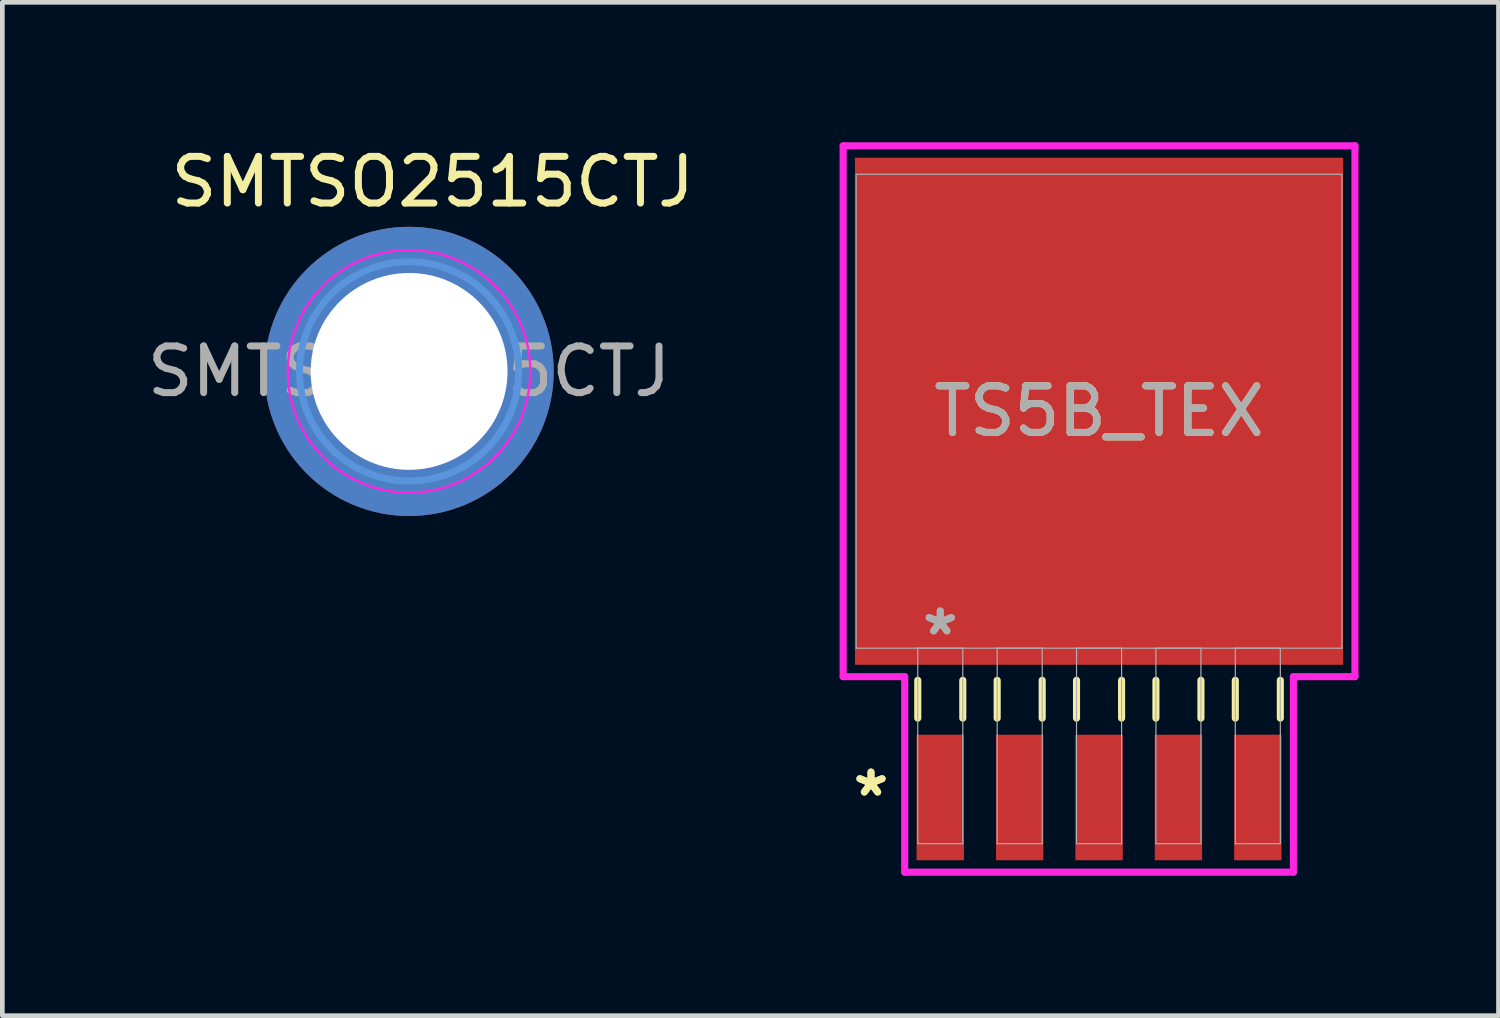
<source format=kicad_pcb>
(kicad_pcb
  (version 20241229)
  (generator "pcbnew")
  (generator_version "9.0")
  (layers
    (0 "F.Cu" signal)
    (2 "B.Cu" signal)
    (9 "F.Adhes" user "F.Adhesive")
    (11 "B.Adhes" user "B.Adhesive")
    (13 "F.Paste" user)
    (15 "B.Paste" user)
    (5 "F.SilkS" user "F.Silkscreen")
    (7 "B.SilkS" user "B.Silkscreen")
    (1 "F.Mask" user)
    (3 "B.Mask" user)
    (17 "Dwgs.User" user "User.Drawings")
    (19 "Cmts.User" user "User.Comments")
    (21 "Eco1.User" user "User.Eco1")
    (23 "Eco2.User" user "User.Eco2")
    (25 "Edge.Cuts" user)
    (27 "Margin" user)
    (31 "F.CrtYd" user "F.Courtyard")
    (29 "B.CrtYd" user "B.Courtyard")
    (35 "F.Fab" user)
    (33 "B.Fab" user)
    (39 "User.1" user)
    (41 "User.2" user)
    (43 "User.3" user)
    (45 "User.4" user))
  (footprint "TS5B_TEX"
    (layer "F.Cu")
    (at 20.511 5.766)
    (property "Reference" "TS5B_TEX" (at 0 0 0) (unlocked yes) (layer "F.SilkS") (effects (font (size 1 1) (thickness 0.15))))
    (attr smd)
    (fp_line (start -3.886 5.768) (end -3.886 6.579) (stroke (width 0.152) (type solid)) (layer "F.SilkS"))
    (fp_line (start -2.921 5.768) (end -2.921 6.579) (stroke (width 0.152) (type solid)) (layer "F.SilkS"))
    (fp_line (start -2.184 5.768) (end -2.184 6.579) (stroke (width 0.152) (type solid)) (layer "F.SilkS"))
    (fp_line (start -1.219 5.768) (end -1.219 6.579) (stroke (width 0.152) (type solid)) (layer "F.SilkS"))
    (fp_line (start -0.483 5.768) (end -0.483 6.579) (stroke (width 0.152) (type solid)) (layer "F.SilkS"))
    (fp_line (start 0.483 5.768) (end 0.483 6.579) (stroke (width 0.152) (type solid)) (layer "F.SilkS"))
    (fp_line (start 1.219 5.768) (end 1.219 6.579) (stroke (width 0.152) (type solid)) (layer "F.SilkS"))
    (fp_line (start 2.184 5.768) (end 2.184 6.579) (stroke (width 0.152) (type solid)) (layer "F.SilkS"))
    (fp_line (start 2.921 5.768) (end 2.921 6.579) (stroke (width 0.152) (type solid)) (layer "F.SilkS"))
    (fp_line (start 3.886 5.768) (end 3.886 6.579) (stroke (width 0.152) (type solid)) (layer "F.SilkS"))
    (fp_line (start -5.486 -5.69) (end 5.486 -5.69) (stroke (width 0.152) (type solid)) (layer "F.CrtYd"))
    (fp_line (start -5.486 5.69) (end -5.486 -5.69) (stroke (width 0.152) (type solid)) (layer "F.CrtYd"))
    (fp_line (start -4.166 5.69) (end -5.486 5.69) (stroke (width 0.152) (type solid)) (layer "F.CrtYd"))
    (fp_line (start -4.166 9.881) (end -4.166 5.69) (stroke (width 0.152) (type solid)) (layer "F.CrtYd"))
    (fp_line (start 4.166 5.69) (end 4.166 9.881) (stroke (width 0.152) (type solid)) (layer "F.CrtYd"))
    (fp_line (start 4.166 9.881) (end -4.166 9.881) (stroke (width 0.152) (type solid)) (layer "F.CrtYd"))
    (fp_line (start 5.486 -5.69) (end 5.486 5.69) (stroke (width 0.152) (type solid)) (layer "F.CrtYd"))
    (fp_line (start 5.486 5.69) (end 4.166 5.69) (stroke (width 0.152) (type solid)) (layer "F.CrtYd"))
    (fp_line (start -5.207 -5.08) (end -5.207 5.08) (stroke (width 0.025) (type solid)) (layer "F.Fab"))
    (fp_line (start -5.207 5.08) (end 5.207 5.08) (stroke (width 0.025) (type solid)) (layer "F.Fab"))
    (fp_line (start -3.886 5.08) (end -3.886 9.271) (stroke (width 0.025) (type solid)) (layer "F.Fab"))
    (fp_line (start -3.886 9.271) (end -2.921 9.271) (stroke (width 0.025) (type solid)) (layer "F.Fab"))
    (fp_line (start -2.921 5.08) (end -3.886 5.08) (stroke (width 0.025) (type solid)) (layer "F.Fab"))
    (fp_line (start -2.921 9.271) (end -2.921 5.08) (stroke (width 0.025) (type solid)) (layer "F.Fab"))
    (fp_line (start -2.184 5.08) (end -2.184 9.271) (stroke (width 0.025) (type solid)) (layer "F.Fab"))
    (fp_line (start -2.184 9.271) (end -1.219 9.271) (stroke (width 0.025) (type solid)) (layer "F.Fab"))
    (fp_line (start -1.219 5.08) (end -2.184 5.08) (stroke (width 0.025) (type solid)) (layer "F.Fab"))
    (fp_line (start -1.219 9.271) (end -1.219 5.08) (stroke (width 0.025) (type solid)) (layer "F.Fab"))
    (fp_line (start -0.483 5.08) (end -0.483 9.271) (stroke (width 0.025) (type solid)) (layer "F.Fab"))
    (fp_line (start -0.483 9.271) (end 0.483 9.271) (stroke (width 0.025) (type solid)) (layer "F.Fab"))
    (fp_line (start 0.483 5.08) (end -0.483 5.08) (stroke (width 0.025) (type solid)) (layer "F.Fab"))
    (fp_line (start 0.483 9.271) (end 0.483 5.08) (stroke (width 0.025) (type solid)) (layer "F.Fab"))
    (fp_line (start 1.219 5.08) (end 1.219 9.271) (stroke (width 0.025) (type solid)) (layer "F.Fab"))
    (fp_line (start 1.219 9.271) (end 2.184 9.271) (stroke (width 0.025) (type solid)) (layer "F.Fab"))
    (fp_line (start 2.184 5.08) (end 1.219 5.08) (stroke (width 0.025) (type solid)) (layer "F.Fab"))
    (fp_line (start 2.184 9.271) (end 2.184 5.08) (stroke (width 0.025) (type solid)) (layer "F.Fab"))
    (fp_line (start 2.921 5.08) (end 2.921 9.271) (stroke (width 0.025) (type solid)) (layer "F.Fab"))
    (fp_line (start 2.921 9.271) (end 3.886 9.271) (stroke (width 0.025) (type solid)) (layer "F.Fab"))
    (fp_line (start 3.886 5.08) (end 2.921 5.08) (stroke (width 0.025) (type solid)) (layer "F.Fab"))
    (fp_line (start 3.886 9.271) (end 3.886 5.08) (stroke (width 0.025) (type solid)) (layer "F.Fab"))
    (fp_line (start 5.207 -5.08) (end -5.207 -5.08) (stroke (width 0.025) (type solid)) (layer "F.Fab"))
    (fp_line (start 5.207 5.08) (end 5.207 -5.08) (stroke (width 0.025) (type solid)) (layer "F.Fab"))
    (fp_text user "*" (at -4.889 8.28 0) (unlocked yes) (layer "F.SilkS") (effects (font (size 1 1) (thickness 0.15))))
    (fp_text user "*" (at -4.889 8.28 0) (layer "F.SilkS") (effects (font (size 1 1) (thickness 0.15))))
    (fp_text user "*" (at -3.404 4.826 0) (unlocked yes) (layer "F.Fab") (effects (font (size 1 1) (thickness 0.15))))
    (fp_text user "${REFERENCE}" (at 0 0 0) (unlocked yes) (layer "F.Fab") (effects (font (size 1 1) (thickness 0.15))))
    (fp_text user "*" (at -3.404 4.826 0) (layer "F.Fab") (effects (font (size 1 1) (thickness 0.15))))
    (pad "1" smd rect (at -3.404 8.28) (size 1.016 2.692) (layers "F.Cu" "F.Mask" "F.Paste"))
    (pad "2" smd rect (at -1.702 8.28) (size 1.016 2.692) (layers "F.Cu" "F.Mask" "F.Paste"))
    (pad "3" smd rect (at 0 8.28) (size 1.016 2.692) (layers "F.Cu" "F.Mask" "F.Paste"))
    (pad "4" smd rect (at 1.702 8.28) (size 1.016 2.692) (layers "F.Cu" "F.Mask" "F.Paste"))
    (pad "5" smd rect (at 3.404 8.28) (size 1.016 2.692) (layers "F.Cu" "F.Mask" "F.Paste"))
    (pad "6" smd rect (at 0 0) (size 10.465 10.871) (layers "F.Cu" "F.Mask" "F.Paste")))
  (footprint "SMTSO2515CTJ"
    (layer "F.Cu")
    (at 5.72 4.912)
    (property "Reference" "SMTSO2515CTJ" (at 0.508 -4.064 0) (layer "F.SilkS") (effects (font (size 1 1) (thickness 0.15))))
    (fp_circle (center 0 0) (end 2.09 0) (stroke (width 0.01) (type solid)) (fill yes) (layer "B.Mask"))
    (fp_line (start -2.99 -0.254) (end -2.2 -0.254) (stroke (width 0.2) (type default)) (layer "F.Paste"))
    (fp_line (start -2.99 0.254) (end -2.2 0.254) (stroke (width 0.2) (type default)) (layer "F.Paste"))
    (fp_line (start -0.254 -2.2) (end -0.254 -2.99) (stroke (width 0.2) (type default)) (layer "F.Paste"))
    (fp_line (start -0.254 2.2) (end -0.254 2.99) (stroke (width 0.2) (type default)) (layer "F.Paste"))
    (fp_line (start 0.254 -2.2) (end 0.254 -2.99) (stroke (width 0.2) (type default)) (layer "F.Paste"))
    (fp_line (start 0.254 2.2) (end 0.254 2.99) (stroke (width 0.2) (type default)) (layer "F.Paste"))
    (fp_line (start 2.99 -0.254) (end 2.2 -0.254) (stroke (width 0.2) (type default)) (layer "F.Paste"))
    (fp_line (start 2.99 0.254) (end 2.2 0.254) (stroke (width 0.2) (type default)) (layer "F.Paste"))
    (fp_arc (start -2.99 -0.254) (mid -2.126682 -2.126682) (end -0.254 -2.99) (stroke (width 0.2) (type default)) (layer "F.Paste"))
    (fp_arc (start -2.55 -0.55) (mid -1.8653 -1.8653) (end -0.55 -2.55) (stroke (width 0.77) (type default)) (layer "F.Paste"))
    (fp_arc (start -2.2 -0.254) (mid -1.557289 -1.557288) (end -0.254 -2.2) (stroke (width 0.2) (type default)) (layer "F.Paste"))
    (fp_arc (start -0.55 2.55) (mid -1.865301 1.865301) (end -2.55 0.55) (stroke (width 0.77) (type default)) (layer "F.Paste"))
    (fp_arc (start -0.254 2.2) (mid -1.55729 1.557289) (end -2.2 0.254) (stroke (width 0.2) (type default)) (layer "F.Paste"))
    (fp_arc (start -0.254 2.99) (mid -2.126684 2.126683) (end -2.99 0.254) (stroke (width 0.2) (type default)) (layer "F.Paste"))
    (fp_arc (start 0.254 -2.99) (mid 2.126682 -2.126682) (end 2.99 -0.254) (stroke (width 0.2) (type default)) (layer "F.Paste"))
    (fp_arc (start 0.254 -2.2) (mid 1.557289 -1.557289) (end 2.2 -0.254) (stroke (width 0.2) (type default)) (layer "F.Paste"))
    (fp_arc (start 0.55 -2.55) (mid 1.8653 -1.8653) (end 2.55 -0.55) (stroke (width 0.77) (type default)) (layer "F.Paste"))
    (fp_arc (start 2.2 0.254) (mid 1.557288 1.557288) (end 0.254 2.2) (stroke (width 0.2) (type default)) (layer "F.Paste"))
    (fp_arc (start 2.55 0.55) (mid 1.8653 1.8653) (end 0.55 2.55) (stroke (width 0.77) (type default)) (layer "F.Paste"))
    (fp_arc (start 2.99 0.254) (mid 2.126682 2.126682) (end 0.254 2.99) (stroke (width 0.2) (type default)) (layer "F.Paste"))
    (fp_circle (center 0 0) (end 2.35 0) (stroke (width 0.15) (type solid)) (fill no) (layer "Cmts.User"))
    (fp_circle (center 0 0) (end 2.6 0) (stroke (width 0.05) (type solid)) (fill no) (layer "F.CrtYd"))
    (fp_text user "${REFERENCE}" (at 0 0 0) (layer "F.Fab") (effects (font (size 1 1) (thickness 0.15))))
    (pad "1" thru_hole circle (at 0 0) (size 6.2 6.2) (drill 4.22) (layers "*.Cu" "F.Mask")))
  (gr_rect
    (start -3 -3)
    (end 29.074 18.723)
    (stroke (width 0.1) (type default))
    (fill no)
    (layer "Edge.Cuts")))
</source>
